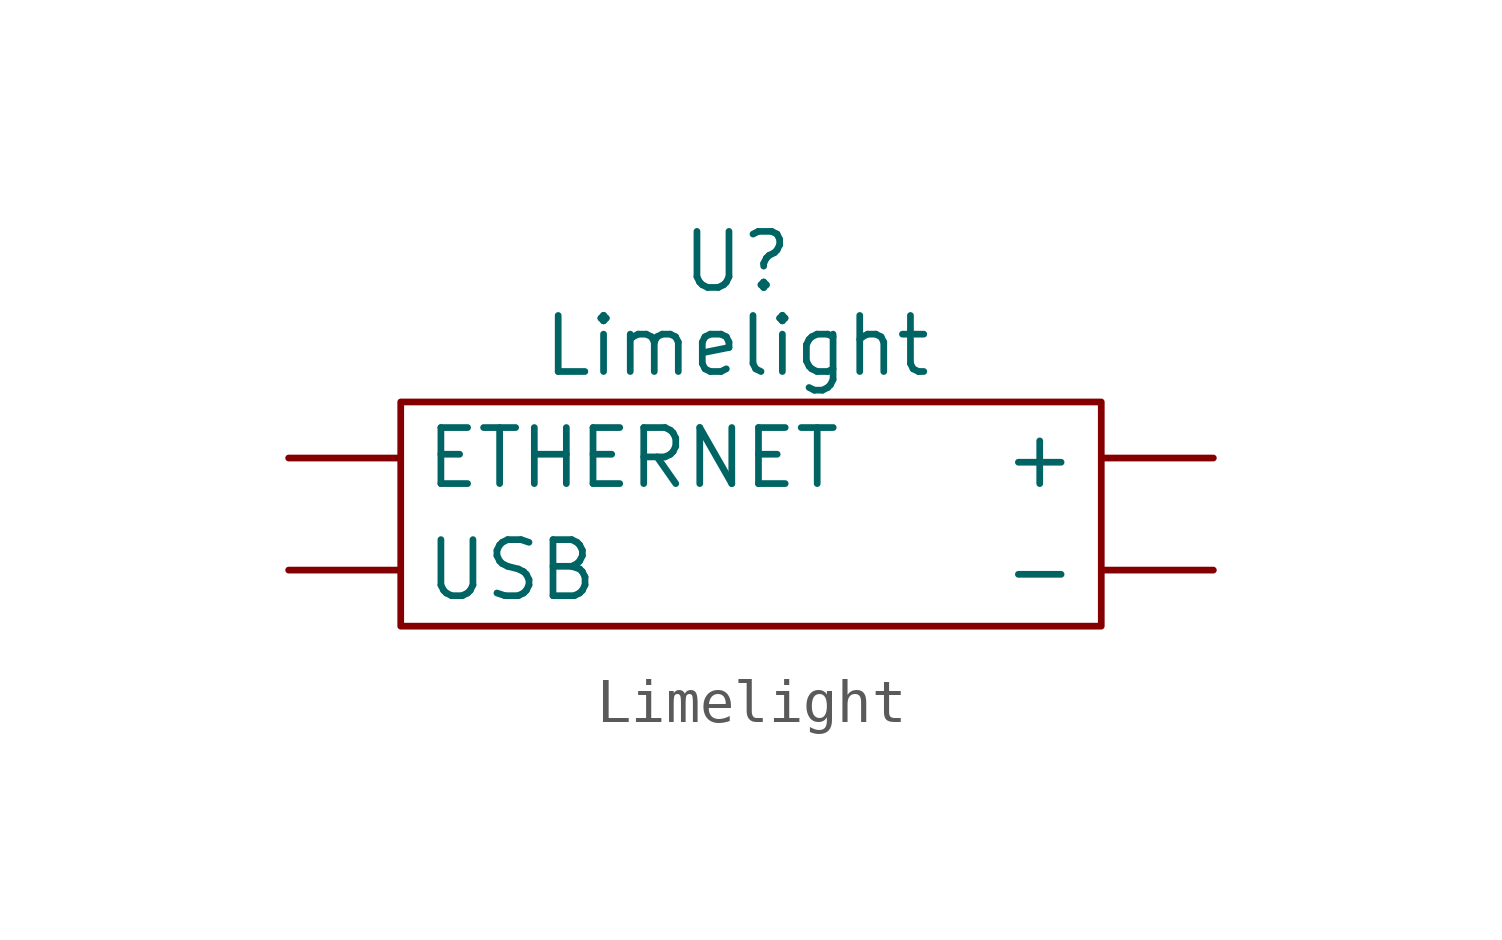
<source format=kicad_sym>
(kicad_symbol_lib
  (version 20211014)
  (generator kicad_symbol_editor)
  (symbol "Limelight"
    (property "Reference" "U"
      (at 0 3.81 0)
      (effects (font (size 1.27 1.27))))
    (property "Value" "Limelight"
      (at 0 1.905 0)
      (effects (font (size 1.27 1.27))))
    (symbol "Limelight_0_0"
      (rectangle (start -7.62 0.635) (end 8.255 -4.445) (stroke (width 0) (type default) (color 0 0 0 0)) (fill (type none)))
      (pin input line (at 10.795 -0.635 180) (length 2.54) (name "+" (effects (font (size 1.27 1.27)))) (number "" (effects (font (size 1.27 1.27)))))
      (pin input line (at 10.795 -3.175 180) (length 2.54) (name "-" (effects (font (size 1.27 1.27)))) (number "" (effects (font (size 1.27 1.27)))))
      (pin bidirectional line (at -10.16 -0.635 0) (length 2.54) (name "ETHERNET" (effects (font (size 1.27 1.27)))) (number "" (effects (font (size 1.27 1.27)))))
      (pin bidirectional line (at -10.16 -3.175 0) (length 2.54) (name "USB" (effects (font (size 1.27 1.27)))) (number "" (effects (font (size 1.27 1.27))))))))
</source>
